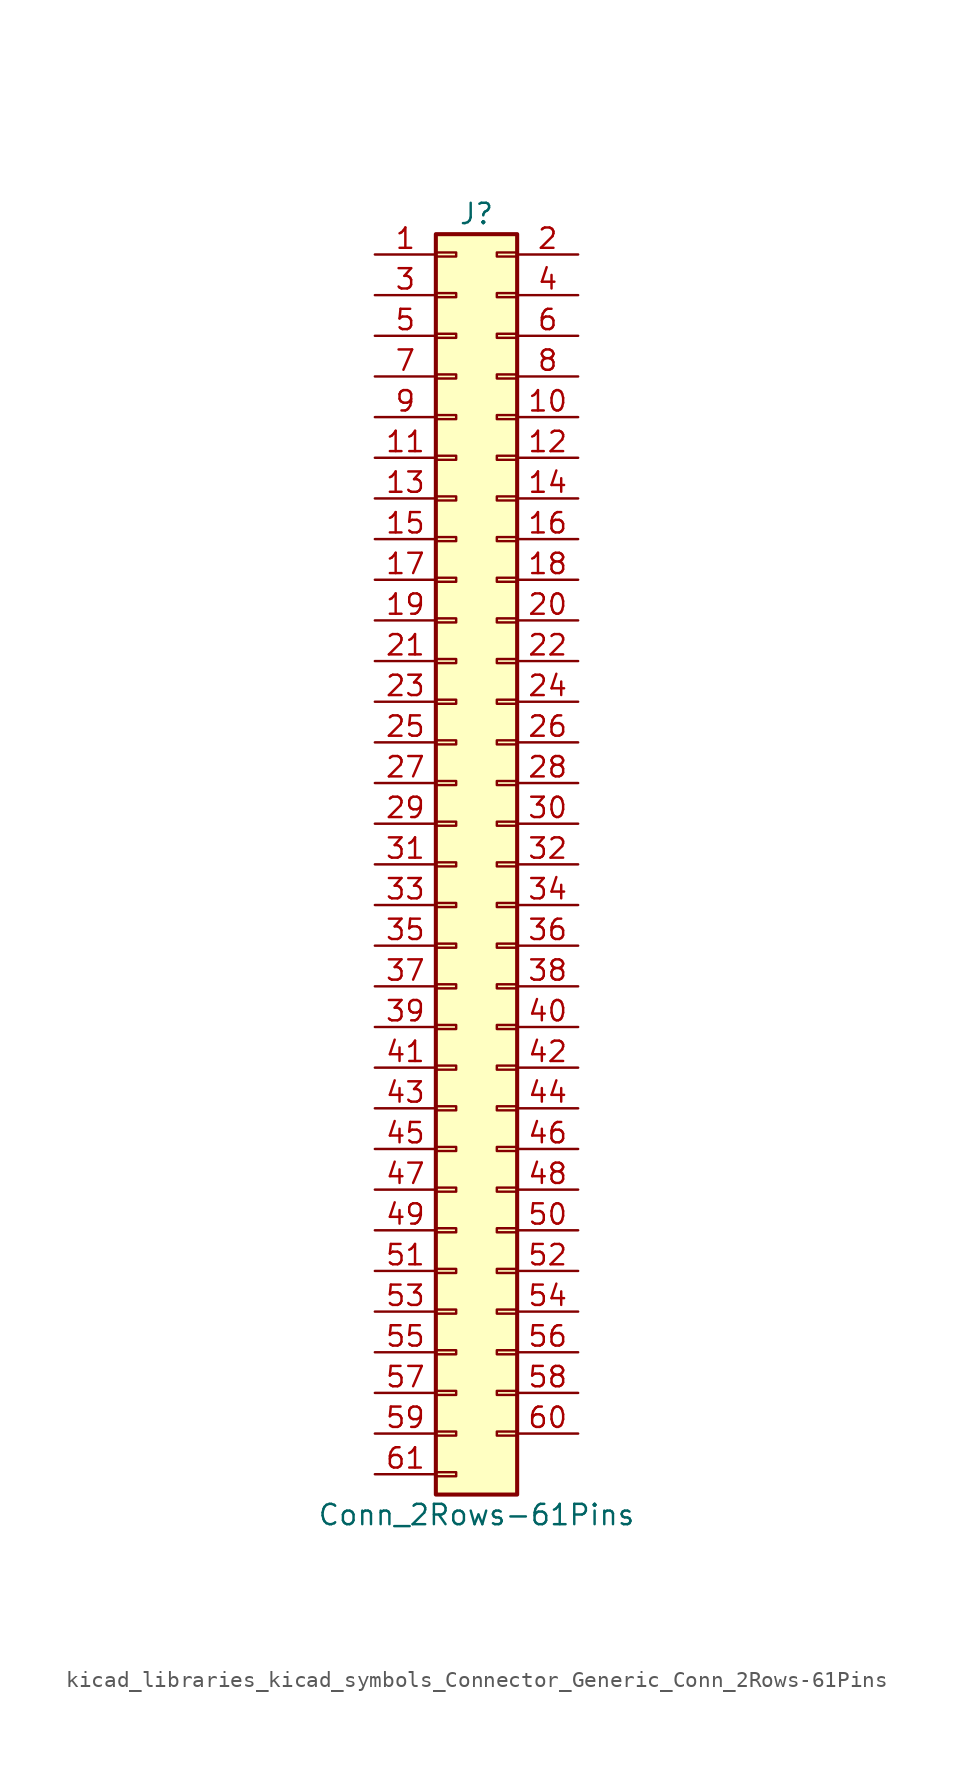
<source format=kicad_sym>
(kicad_symbol_lib
  (version 20220914)
  (generator kicad_symbol_editor)
  (symbol "kicad_libraries_kicad_symbols_Connector_Generic_Conn_2Rows-61Pins"
    (pin_names
      (offset 1.016) hide)
    (property "Reference" "J"
      (at 1.27 40.64 0)
      (effects (font (size 1.27 1.27))))
    (property "Value" "Conn_2Rows-61Pins"
      (at 1.27 -40.64 0)
      (effects (font (size 1.27 1.27))))
    (symbol "kicad_libraries_kicad_symbols_Connector_Generic_Conn_2Rows-61Pins_1_1"
      (rectangle (start -1.27 -37.973) (end 0 -38.227) (stroke (width 0.152) (type default)) (fill (type none)))
      (rectangle (start -1.27 -35.433) (end 0 -35.687) (stroke (width 0.152) (type default)) (fill (type none)))
      (rectangle (start -1.27 -32.893) (end 0 -33.147) (stroke (width 0.152) (type default)) (fill (type none)))
      (rectangle (start -1.27 -30.353) (end 0 -30.607) (stroke (width 0.152) (type default)) (fill (type none)))
      (rectangle (start -1.27 -27.813) (end 0 -28.067) (stroke (width 0.152) (type default)) (fill (type none)))
      (rectangle (start -1.27 -25.273) (end 0 -25.527) (stroke (width 0.152) (type default)) (fill (type none)))
      (rectangle (start -1.27 -22.733) (end 0 -22.987) (stroke (width 0.152) (type default)) (fill (type none)))
      (rectangle (start -1.27 -20.193) (end 0 -20.447) (stroke (width 0.152) (type default)) (fill (type none)))
      (rectangle (start -1.27 -17.653) (end 0 -17.907) (stroke (width 0.152) (type default)) (fill (type none)))
      (rectangle (start -1.27 -15.113) (end 0 -15.367) (stroke (width 0.152) (type default)) (fill (type none)))
      (rectangle (start -1.27 -12.573) (end 0 -12.827) (stroke (width 0.152) (type default)) (fill (type none)))
      (rectangle (start -1.27 -10.033) (end 0 -10.287) (stroke (width 0.152) (type default)) (fill (type none)))
      (rectangle (start -1.27 -7.493) (end 0 -7.747) (stroke (width 0.152) (type default)) (fill (type none)))
      (rectangle (start -1.27 -4.953) (end 0 -5.207) (stroke (width 0.152) (type default)) (fill (type none)))
      (rectangle (start -1.27 -2.413) (end 0 -2.667) (stroke (width 0.152) (type default)) (fill (type none)))
      (rectangle (start -1.27 0.127) (end 0 -0.127) (stroke (width 0.152) (type default)) (fill (type none)))
      (rectangle (start -1.27 2.667) (end 0 2.413) (stroke (width 0.152) (type default)) (fill (type none)))
      (rectangle (start -1.27 5.207) (end 0 4.953) (stroke (width 0.152) (type default)) (fill (type none)))
      (rectangle (start -1.27 7.747) (end 0 7.493) (stroke (width 0.152) (type default)) (fill (type none)))
      (rectangle (start -1.27 10.287) (end 0 10.033) (stroke (width 0.152) (type default)) (fill (type none)))
      (rectangle (start -1.27 12.827) (end 0 12.573) (stroke (width 0.152) (type default)) (fill (type none)))
      (rectangle (start -1.27 15.367) (end 0 15.113) (stroke (width 0.152) (type default)) (fill (type none)))
      (rectangle (start -1.27 17.907) (end 0 17.653) (stroke (width 0.152) (type default)) (fill (type none)))
      (rectangle (start -1.27 20.447) (end 0 20.193) (stroke (width 0.152) (type default)) (fill (type none)))
      (rectangle (start -1.27 22.987) (end 0 22.733) (stroke (width 0.152) (type default)) (fill (type none)))
      (rectangle (start -1.27 25.527) (end 0 25.273) (stroke (width 0.152) (type default)) (fill (type none)))
      (rectangle (start -1.27 28.067) (end 0 27.813) (stroke (width 0.152) (type default)) (fill (type none)))
      (rectangle (start -1.27 30.607) (end 0 30.353) (stroke (width 0.152) (type default)) (fill (type none)))
      (rectangle (start -1.27 33.147) (end 0 32.893) (stroke (width 0.152) (type default)) (fill (type none)))
      (rectangle (start -1.27 35.687) (end 0 35.433) (stroke (width 0.152) (type default)) (fill (type none)))
      (rectangle (start -1.27 38.227) (end 0 37.973) (stroke (width 0.152) (type default)) (fill (type none)))
      (rectangle (start -1.27 39.37) (end 3.81 -39.37) (stroke (width 0.254) (type default)) (fill (type background)))
      (rectangle (start 3.81 -35.433) (end 2.54 -35.687) (stroke (width 0.152) (type default)) (fill (type none)))
      (rectangle (start 3.81 -32.893) (end 2.54 -33.147) (stroke (width 0.152) (type default)) (fill (type none)))
      (rectangle (start 3.81 -30.353) (end 2.54 -30.607) (stroke (width 0.152) (type default)) (fill (type none)))
      (rectangle (start 3.81 -27.813) (end 2.54 -28.067) (stroke (width 0.152) (type default)) (fill (type none)))
      (rectangle (start 3.81 -25.273) (end 2.54 -25.527) (stroke (width 0.152) (type default)) (fill (type none)))
      (rectangle (start 3.81 -22.733) (end 2.54 -22.987) (stroke (width 0.152) (type default)) (fill (type none)))
      (rectangle (start 3.81 -20.193) (end 2.54 -20.447) (stroke (width 0.152) (type default)) (fill (type none)))
      (rectangle (start 3.81 -17.653) (end 2.54 -17.907) (stroke (width 0.152) (type default)) (fill (type none)))
      (rectangle (start 3.81 -15.113) (end 2.54 -15.367) (stroke (width 0.152) (type default)) (fill (type none)))
      (rectangle (start 3.81 -12.573) (end 2.54 -12.827) (stroke (width 0.152) (type default)) (fill (type none)))
      (rectangle (start 3.81 -10.033) (end 2.54 -10.287) (stroke (width 0.152) (type default)) (fill (type none)))
      (rectangle (start 3.81 -7.493) (end 2.54 -7.747) (stroke (width 0.152) (type default)) (fill (type none)))
      (rectangle (start 3.81 -4.953) (end 2.54 -5.207) (stroke (width 0.152) (type default)) (fill (type none)))
      (rectangle (start 3.81 -2.413) (end 2.54 -2.667) (stroke (width 0.152) (type default)) (fill (type none)))
      (rectangle (start 3.81 0.127) (end 2.54 -0.127) (stroke (width 0.152) (type default)) (fill (type none)))
      (rectangle (start 3.81 2.667) (end 2.54 2.413) (stroke (width 0.152) (type default)) (fill (type none)))
      (rectangle (start 3.81 5.207) (end 2.54 4.953) (stroke (width 0.152) (type default)) (fill (type none)))
      (rectangle (start 3.81 7.747) (end 2.54 7.493) (stroke (width 0.152) (type default)) (fill (type none)))
      (rectangle (start 3.81 10.287) (end 2.54 10.033) (stroke (width 0.152) (type default)) (fill (type none)))
      (rectangle (start 3.81 12.827) (end 2.54 12.573) (stroke (width 0.152) (type default)) (fill (type none)))
      (rectangle (start 3.81 15.367) (end 2.54 15.113) (stroke (width 0.152) (type default)) (fill (type none)))
      (rectangle (start 3.81 17.907) (end 2.54 17.653) (stroke (width 0.152) (type default)) (fill (type none)))
      (rectangle (start 3.81 20.447) (end 2.54 20.193) (stroke (width 0.152) (type default)) (fill (type none)))
      (rectangle (start 3.81 22.987) (end 2.54 22.733) (stroke (width 0.152) (type default)) (fill (type none)))
      (rectangle (start 3.81 25.527) (end 2.54 25.273) (stroke (width 0.152) (type default)) (fill (type none)))
      (rectangle (start 3.81 28.067) (end 2.54 27.813) (stroke (width 0.152) (type default)) (fill (type none)))
      (rectangle (start 3.81 30.607) (end 2.54 30.353) (stroke (width 0.152) (type default)) (fill (type none)))
      (rectangle (start 3.81 33.147) (end 2.54 32.893) (stroke (width 0.152) (type default)) (fill (type none)))
      (rectangle (start 3.81 35.687) (end 2.54 35.433) (stroke (width 0.152) (type default)) (fill (type none)))
      (rectangle (start 3.81 38.227) (end 2.54 37.973) (stroke (width 0.152) (type default)) (fill (type none)))
      (pin passive line (at -5.08 38.1 0) (length 3.81) (name "Pin_1" (effects (font (size 1.27 1.27)))) (number "1" (effects (font (size 1.27 1.27)))))
      (pin passive line (at 7.62 27.94 180) (length 3.81) (name "Pin_10" (effects (font (size 1.27 1.27)))) (number "10" (effects (font (size 1.27 1.27)))))
      (pin passive line (at -5.08 25.4 0) (length 3.81) (name "Pin_11" (effects (font (size 1.27 1.27)))) (number "11" (effects (font (size 1.27 1.27)))))
      (pin passive line (at 7.62 25.4 180) (length 3.81) (name "Pin_12" (effects (font (size 1.27 1.27)))) (number "12" (effects (font (size 1.27 1.27)))))
      (pin passive line (at -5.08 22.86 0) (length 3.81) (name "Pin_13" (effects (font (size 1.27 1.27)))) (number "13" (effects (font (size 1.27 1.27)))))
      (pin passive line (at 7.62 22.86 180) (length 3.81) (name "Pin_14" (effects (font (size 1.27 1.27)))) (number "14" (effects (font (size 1.27 1.27)))))
      (pin passive line (at -5.08 20.32 0) (length 3.81) (name "Pin_15" (effects (font (size 1.27 1.27)))) (number "15" (effects (font (size 1.27 1.27)))))
      (pin passive line (at 7.62 20.32 180) (length 3.81) (name "Pin_16" (effects (font (size 1.27 1.27)))) (number "16" (effects (font (size 1.27 1.27)))))
      (pin passive line (at -5.08 17.78 0) (length 3.81) (name "Pin_17" (effects (font (size 1.27 1.27)))) (number "17" (effects (font (size 1.27 1.27)))))
      (pin passive line (at 7.62 17.78 180) (length 3.81) (name "Pin_18" (effects (font (size 1.27 1.27)))) (number "18" (effects (font (size 1.27 1.27)))))
      (pin passive line (at -5.08 15.24 0) (length 3.81) (name "Pin_19" (effects (font (size 1.27 1.27)))) (number "19" (effects (font (size 1.27 1.27)))))
      (pin passive line (at 7.62 38.1 180) (length 3.81) (name "Pin_2" (effects (font (size 1.27 1.27)))) (number "2" (effects (font (size 1.27 1.27)))))
      (pin passive line (at 7.62 15.24 180) (length 3.81) (name "Pin_20" (effects (font (size 1.27 1.27)))) (number "20" (effects (font (size 1.27 1.27)))))
      (pin passive line (at -5.08 12.7 0) (length 3.81) (name "Pin_21" (effects (font (size 1.27 1.27)))) (number "21" (effects (font (size 1.27 1.27)))))
      (pin passive line (at 7.62 12.7 180) (length 3.81) (name "Pin_22" (effects (font (size 1.27 1.27)))) (number "22" (effects (font (size 1.27 1.27)))))
      (pin passive line (at -5.08 10.16 0) (length 3.81) (name "Pin_23" (effects (font (size 1.27 1.27)))) (number "23" (effects (font (size 1.27 1.27)))))
      (pin passive line (at 7.62 10.16 180) (length 3.81) (name "Pin_24" (effects (font (size 1.27 1.27)))) (number "24" (effects (font (size 1.27 1.27)))))
      (pin passive line (at -5.08 7.62 0) (length 3.81) (name "Pin_25" (effects (font (size 1.27 1.27)))) (number "25" (effects (font (size 1.27 1.27)))))
      (pin passive line (at 7.62 7.62 180) (length 3.81) (name "Pin_26" (effects (font (size 1.27 1.27)))) (number "26" (effects (font (size 1.27 1.27)))))
      (pin passive line (at -5.08 5.08 0) (length 3.81) (name "Pin_27" (effects (font (size 1.27 1.27)))) (number "27" (effects (font (size 1.27 1.27)))))
      (pin passive line (at 7.62 5.08 180) (length 3.81) (name "Pin_28" (effects (font (size 1.27 1.27)))) (number "28" (effects (font (size 1.27 1.27)))))
      (pin passive line (at -5.08 2.54 0) (length 3.81) (name "Pin_29" (effects (font (size 1.27 1.27)))) (number "29" (effects (font (size 1.27 1.27)))))
      (pin passive line (at -5.08 35.56 0) (length 3.81) (name "Pin_3" (effects (font (size 1.27 1.27)))) (number "3" (effects (font (size 1.27 1.27)))))
      (pin passive line (at 7.62 2.54 180) (length 3.81) (name "Pin_30" (effects (font (size 1.27 1.27)))) (number "30" (effects (font (size 1.27 1.27)))))
      (pin passive line (at -5.08 0 0) (length 3.81) (name "Pin_31" (effects (font (size 1.27 1.27)))) (number "31" (effects (font (size 1.27 1.27)))))
      (pin passive line (at 7.62 0 180) (length 3.81) (name "Pin_32" (effects (font (size 1.27 1.27)))) (number "32" (effects (font (size 1.27 1.27)))))
      (pin passive line (at -5.08 -2.54 0) (length 3.81) (name "Pin_33" (effects (font (size 1.27 1.27)))) (number "33" (effects (font (size 1.27 1.27)))))
      (pin passive line (at 7.62 -2.54 180) (length 3.81) (name "Pin_34" (effects (font (size 1.27 1.27)))) (number "34" (effects (font (size 1.27 1.27)))))
      (pin passive line (at -5.08 -5.08 0) (length 3.81) (name "Pin_35" (effects (font (size 1.27 1.27)))) (number "35" (effects (font (size 1.27 1.27)))))
      (pin passive line (at 7.62 -5.08 180) (length 3.81) (name "Pin_36" (effects (font (size 1.27 1.27)))) (number "36" (effects (font (size 1.27 1.27)))))
      (pin passive line (at -5.08 -7.62 0) (length 3.81) (name "Pin_37" (effects (font (size 1.27 1.27)))) (number "37" (effects (font (size 1.27 1.27)))))
      (pin passive line (at 7.62 -7.62 180) (length 3.81) (name "Pin_38" (effects (font (size 1.27 1.27)))) (number "38" (effects (font (size 1.27 1.27)))))
      (pin passive line (at -5.08 -10.16 0) (length 3.81) (name "Pin_39" (effects (font (size 1.27 1.27)))) (number "39" (effects (font (size 1.27 1.27)))))
      (pin passive line (at 7.62 35.56 180) (length 3.81) (name "Pin_4" (effects (font (size 1.27 1.27)))) (number "4" (effects (font (size 1.27 1.27)))))
      (pin passive line (at 7.62 -10.16 180) (length 3.81) (name "Pin_40" (effects (font (size 1.27 1.27)))) (number "40" (effects (font (size 1.27 1.27)))))
      (pin passive line (at -5.08 -12.7 0) (length 3.81) (name "Pin_41" (effects (font (size 1.27 1.27)))) (number "41" (effects (font (size 1.27 1.27)))))
      (pin passive line (at 7.62 -12.7 180) (length 3.81) (name "Pin_42" (effects (font (size 1.27 1.27)))) (number "42" (effects (font (size 1.27 1.27)))))
      (pin passive line (at -5.08 -15.24 0) (length 3.81) (name "Pin_43" (effects (font (size 1.27 1.27)))) (number "43" (effects (font (size 1.27 1.27)))))
      (pin passive line (at 7.62 -15.24 180) (length 3.81) (name "Pin_44" (effects (font (size 1.27 1.27)))) (number "44" (effects (font (size 1.27 1.27)))))
      (pin passive line (at -5.08 -17.78 0) (length 3.81) (name "Pin_45" (effects (font (size 1.27 1.27)))) (number "45" (effects (font (size 1.27 1.27)))))
      (pin passive line (at 7.62 -17.78 180) (length 3.81) (name "Pin_46" (effects (font (size 1.27 1.27)))) (number "46" (effects (font (size 1.27 1.27)))))
      (pin passive line (at -5.08 -20.32 0) (length 3.81) (name "Pin_47" (effects (font (size 1.27 1.27)))) (number "47" (effects (font (size 1.27 1.27)))))
      (pin passive line (at 7.62 -20.32 180) (length 3.81) (name "Pin_48" (effects (font (size 1.27 1.27)))) (number "48" (effects (font (size 1.27 1.27)))))
      (pin passive line (at -5.08 -22.86 0) (length 3.81) (name "Pin_49" (effects (font (size 1.27 1.27)))) (number "49" (effects (font (size 1.27 1.27)))))
      (pin passive line (at -5.08 33.02 0) (length 3.81) (name "Pin_5" (effects (font (size 1.27 1.27)))) (number "5" (effects (font (size 1.27 1.27)))))
      (pin passive line (at 7.62 -22.86 180) (length 3.81) (name "Pin_50" (effects (font (size 1.27 1.27)))) (number "50" (effects (font (size 1.27 1.27)))))
      (pin passive line (at -5.08 -25.4 0) (length 3.81) (name "Pin_51" (effects (font (size 1.27 1.27)))) (number "51" (effects (font (size 1.27 1.27)))))
      (pin passive line (at 7.62 -25.4 180) (length 3.81) (name "Pin_52" (effects (font (size 1.27 1.27)))) (number "52" (effects (font (size 1.27 1.27)))))
      (pin passive line (at -5.08 -27.94 0) (length 3.81) (name "Pin_53" (effects (font (size 1.27 1.27)))) (number "53" (effects (font (size 1.27 1.27)))))
      (pin passive line (at 7.62 -27.94 180) (length 3.81) (name "Pin_54" (effects (font (size 1.27 1.27)))) (number "54" (effects (font (size 1.27 1.27)))))
      (pin passive line (at -5.08 -30.48 0) (length 3.81) (name "Pin_55" (effects (font (size 1.27 1.27)))) (number "55" (effects (font (size 1.27 1.27)))))
      (pin passive line (at 7.62 -30.48 180) (length 3.81) (name "Pin_56" (effects (font (size 1.27 1.27)))) (number "56" (effects (font (size 1.27 1.27)))))
      (pin passive line (at -5.08 -33.02 0) (length 3.81) (name "Pin_57" (effects (font (size 1.27 1.27)))) (number "57" (effects (font (size 1.27 1.27)))))
      (pin passive line (at 7.62 -33.02 180) (length 3.81) (name "Pin_58" (effects (font (size 1.27 1.27)))) (number "58" (effects (font (size 1.27 1.27)))))
      (pin passive line (at -5.08 -35.56 0) (length 3.81) (name "Pin_59" (effects (font (size 1.27 1.27)))) (number "59" (effects (font (size 1.27 1.27)))))
      (pin passive line (at 7.62 33.02 180) (length 3.81) (name "Pin_6" (effects (font (size 1.27 1.27)))) (number "6" (effects (font (size 1.27 1.27)))))
      (pin passive line (at 7.62 -35.56 180) (length 3.81) (name "Pin_60" (effects (font (size 1.27 1.27)))) (number "60" (effects (font (size 1.27 1.27)))))
      (pin passive line (at -5.08 -38.1 0) (length 3.81) (name "Pin_61" (effects (font (size 1.27 1.27)))) (number "61" (effects (font (size 1.27 1.27)))))
      (pin passive line (at -5.08 30.48 0) (length 3.81) (name "Pin_7" (effects (font (size 1.27 1.27)))) (number "7" (effects (font (size 1.27 1.27)))))
      (pin passive line (at 7.62 30.48 180) (length 3.81) (name "Pin_8" (effects (font (size 1.27 1.27)))) (number "8" (effects (font (size 1.27 1.27)))))
      (pin passive line (at -5.08 27.94 0) (length 3.81) (name "Pin_9" (effects (font (size 1.27 1.27)))) (number "9" (effects (font (size 1.27 1.27))))))))
</source>
